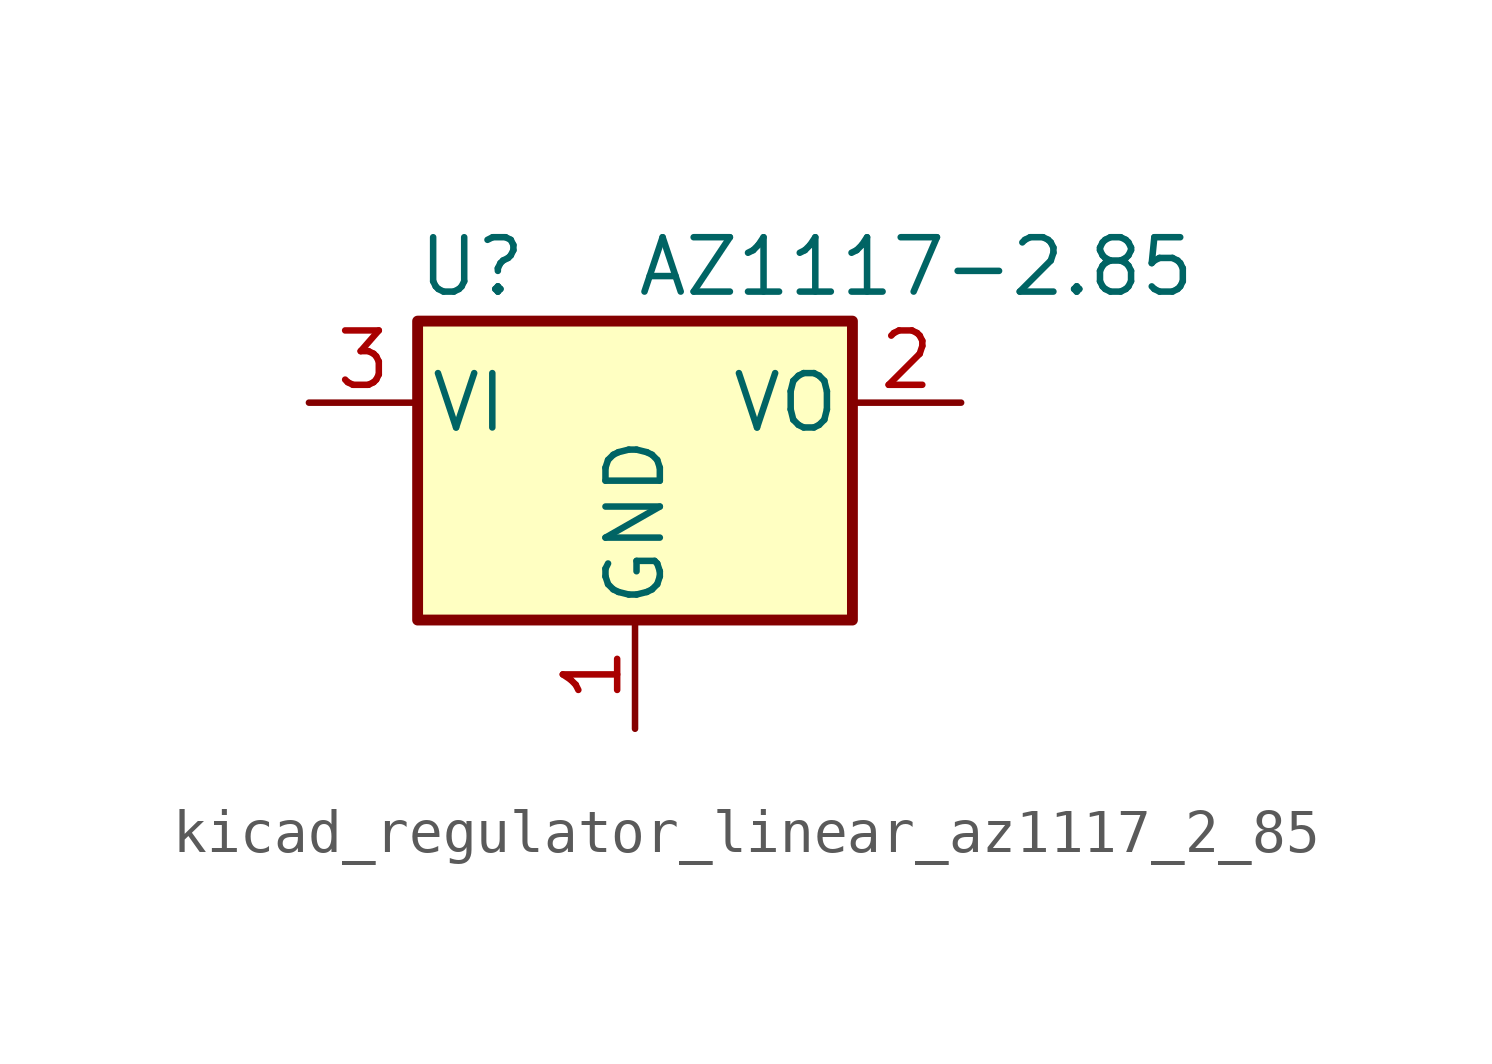
<source format=kicad_sym>
(kicad_symbol_lib
  (version 20220914)
  (generator kicad_symbol_editor)
  (symbol "kicad_regulator_linear_az1117_2_85"
    (pin_names
      (offset 0.254))
    (property "Reference" "U"
      (at -3.81 3.175 0)
      (effects (font (size 1.27 1.27))))
    (property "Value" "AZ1117-2.85"
      (at 0 3.175 0)
      (effects (font (size 1.27 1.27)) (justify left)))
    (symbol "kicad_regulator_linear_az1117_2_85_0_1"
      (rectangle (start -5.08 1.905) (end 5.08 -5.08) (stroke (width 0.254) (type default)) (fill (type background))))
    (symbol "kicad_regulator_linear_az1117_2_85_1_1"
      (pin power_in line (at 0 -7.62 90) (length 2.54) (name "GND" (effects (font (size 1.27 1.27)))) (number "1" (effects (font (size 1.27 1.27)))))
      (pin power_out line (at 7.62 0 180) (length 2.54) (name "VO" (effects (font (size 1.27 1.27)))) (number "2" (effects (font (size 1.27 1.27)))))
      (pin power_in line (at -7.62 0 0) (length 2.54) (name "VI" (effects (font (size 1.27 1.27)))) (number "3" (effects (font (size 1.27 1.27))))))))
</source>
